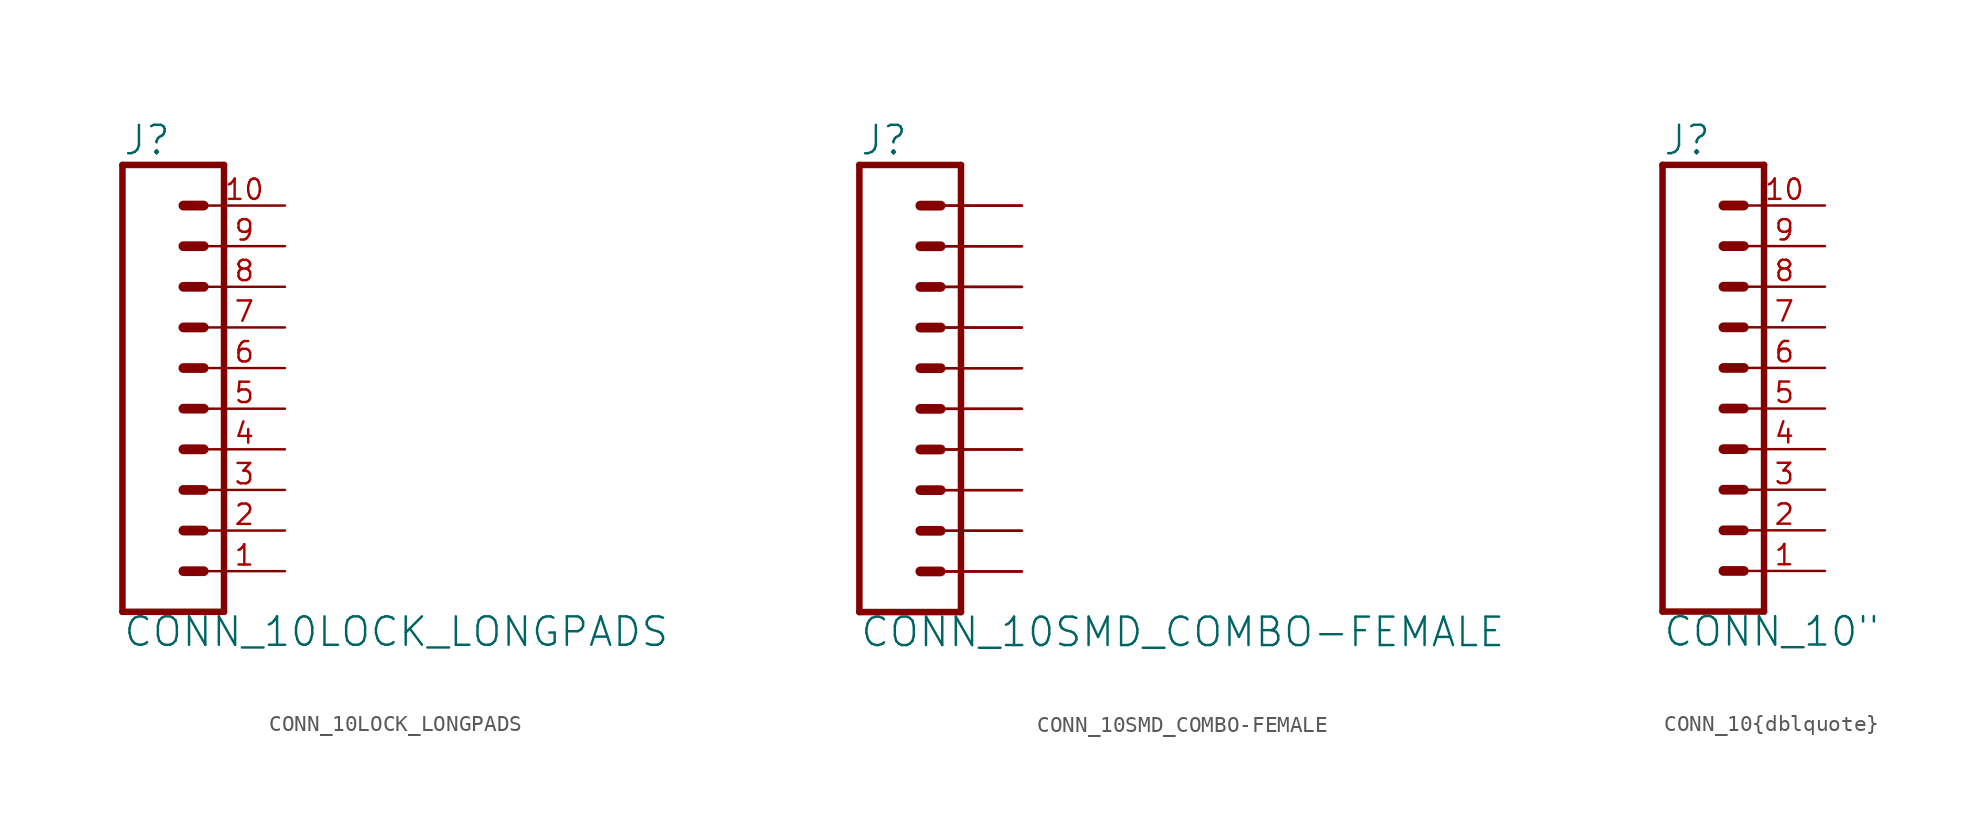
<source format=kicad_sym>
(kicad_symbol_lib
  (version 20211014)
  (generator kicad_symbol_editor)
  (symbol "CONN_10LOCK_LONGPADS"
    (property "Reference" "J"
      (at 0 8.128 0)
      (effects (font (size 1.778 1.778)) (justify left bottom)))
    (property "Value" "CONN_10LOCK_LONGPADS"
      (at 0 -22.606 0)
      (effects (font (size 1.778 1.778)) (justify left bottom)))
    (property "ki_locked" ""
      (at 0 0 0)
      (effects (font (size 1.27 1.27))))
    (symbol "CONN_10LOCK_LONGPADS_1_0"
      (polyline (pts (xy 0 7.62) (xy 0 -20.32)) (stroke (width 0.406) (type default) (color 0 0 0 0)) (fill (type none)))
      (polyline (pts (xy 0 7.62) (xy 6.35 7.62)) (stroke (width 0.406) (type default) (color 0 0 0 0)) (fill (type none)))
      (polyline (pts (xy 3.81 -17.78) (xy 5.08 -17.78)) (stroke (width 0.61) (type default) (color 0 0 0 0)) (fill (type none)))
      (polyline (pts (xy 3.81 -15.24) (xy 5.08 -15.24)) (stroke (width 0.61) (type default) (color 0 0 0 0)) (fill (type none)))
      (polyline (pts (xy 3.81 -12.7) (xy 5.08 -12.7)) (stroke (width 0.61) (type default) (color 0 0 0 0)) (fill (type none)))
      (polyline (pts (xy 3.81 -10.16) (xy 5.08 -10.16)) (stroke (width 0.61) (type default) (color 0 0 0 0)) (fill (type none)))
      (polyline (pts (xy 3.81 -7.62) (xy 5.08 -7.62)) (stroke (width 0.61) (type default) (color 0 0 0 0)) (fill (type none)))
      (polyline (pts (xy 3.81 -5.08) (xy 5.08 -5.08)) (stroke (width 0.61) (type default) (color 0 0 0 0)) (fill (type none)))
      (polyline (pts (xy 3.81 -2.54) (xy 5.08 -2.54)) (stroke (width 0.61) (type default) (color 0 0 0 0)) (fill (type none)))
      (polyline (pts (xy 3.81 0) (xy 5.08 0)) (stroke (width 0.61) (type default) (color 0 0 0 0)) (fill (type none)))
      (polyline (pts (xy 3.81 2.54) (xy 5.08 2.54)) (stroke (width 0.61) (type default) (color 0 0 0 0)) (fill (type none)))
      (polyline (pts (xy 3.81 5.08) (xy 5.08 5.08)) (stroke (width 0.61) (type default) (color 0 0 0 0)) (fill (type none)))
      (polyline (pts (xy 6.35 -20.32) (xy 0 -20.32)) (stroke (width 0.406) (type default) (color 0 0 0 0)) (fill (type none)))
      (polyline (pts (xy 6.35 -20.32) (xy 6.35 7.62)) (stroke (width 0.406) (type default) (color 0 0 0 0)) (fill (type none)))
      (pin passive line (at 10.16 -17.78 180) (length 5.08) (name "1" (effects (font (size 0 0)))) (number "1" (effects (font (size 1.27 1.27)))))
      (pin passive line (at 10.16 5.08 180) (length 5.08) (name "10" (effects (font (size 0 0)))) (number "10" (effects (font (size 1.27 1.27)))))
      (pin passive line (at 10.16 -15.24 180) (length 5.08) (name "2" (effects (font (size 0 0)))) (number "2" (effects (font (size 1.27 1.27)))))
      (pin passive line (at 10.16 -12.7 180) (length 5.08) (name "3" (effects (font (size 0 0)))) (number "3" (effects (font (size 1.27 1.27)))))
      (pin passive line (at 10.16 -10.16 180) (length 5.08) (name "4" (effects (font (size 0 0)))) (number "4" (effects (font (size 1.27 1.27)))))
      (pin passive line (at 10.16 -7.62 180) (length 5.08) (name "5" (effects (font (size 0 0)))) (number "5" (effects (font (size 1.27 1.27)))))
      (pin passive line (at 10.16 -5.08 180) (length 5.08) (name "6" (effects (font (size 0 0)))) (number "6" (effects (font (size 1.27 1.27)))))
      (pin passive line (at 10.16 -2.54 180) (length 5.08) (name "7" (effects (font (size 0 0)))) (number "7" (effects (font (size 1.27 1.27)))))
      (pin passive line (at 10.16 0 180) (length 5.08) (name "8" (effects (font (size 0 0)))) (number "8" (effects (font (size 1.27 1.27)))))
      (pin passive line (at 10.16 2.54 180) (length 5.08) (name "9" (effects (font (size 0 0)))) (number "9" (effects (font (size 1.27 1.27)))))))
  (symbol "CONN_10SMD_COMBO-FEMALE"
    (property "Reference" "J"
      (at 0 8.128 0)
      (effects (font (size 1.778 1.778)) (justify left bottom)))
    (property "Value" "CONN_10SMD_COMBO-FEMALE"
      (at 0 -22.606 0)
      (effects (font (size 1.778 1.778)) (justify left bottom)))
    (property "ki_locked" ""
      (at 0 0 0)
      (effects (font (size 1.27 1.27))))
    (symbol "CONN_10SMD_COMBO-FEMALE_1_0"
      (polyline (pts (xy 0 7.62) (xy 0 -20.32)) (stroke (width 0.406) (type default) (color 0 0 0 0)) (fill (type none)))
      (polyline (pts (xy 0 7.62) (xy 6.35 7.62)) (stroke (width 0.406) (type default) (color 0 0 0 0)) (fill (type none)))
      (polyline (pts (xy 3.81 -17.78) (xy 5.08 -17.78)) (stroke (width 0.61) (type default) (color 0 0 0 0)) (fill (type none)))
      (polyline (pts (xy 3.81 -15.24) (xy 5.08 -15.24)) (stroke (width 0.61) (type default) (color 0 0 0 0)) (fill (type none)))
      (polyline (pts (xy 3.81 -12.7) (xy 5.08 -12.7)) (stroke (width 0.61) (type default) (color 0 0 0 0)) (fill (type none)))
      (polyline (pts (xy 3.81 -10.16) (xy 5.08 -10.16)) (stroke (width 0.61) (type default) (color 0 0 0 0)) (fill (type none)))
      (polyline (pts (xy 3.81 -7.62) (xy 5.08 -7.62)) (stroke (width 0.61) (type default) (color 0 0 0 0)) (fill (type none)))
      (polyline (pts (xy 3.81 -5.08) (xy 5.08 -5.08)) (stroke (width 0.61) (type default) (color 0 0 0 0)) (fill (type none)))
      (polyline (pts (xy 3.81 -2.54) (xy 5.08 -2.54)) (stroke (width 0.61) (type default) (color 0 0 0 0)) (fill (type none)))
      (polyline (pts (xy 3.81 0) (xy 5.08 0)) (stroke (width 0.61) (type default) (color 0 0 0 0)) (fill (type none)))
      (polyline (pts (xy 3.81 2.54) (xy 5.08 2.54)) (stroke (width 0.61) (type default) (color 0 0 0 0)) (fill (type none)))
      (polyline (pts (xy 3.81 5.08) (xy 5.08 5.08)) (stroke (width 0.61) (type default) (color 0 0 0 0)) (fill (type none)))
      (polyline (pts (xy 6.35 -20.32) (xy 0 -20.32)) (stroke (width 0.406) (type default) (color 0 0 0 0)) (fill (type none)))
      (polyline (pts (xy 6.35 -20.32) (xy 6.35 7.62)) (stroke (width 0.406) (type default) (color 0 0 0 0)) (fill (type none)))
      (pin passive line (at 10.16 5.08 180) (length 5.08) (name "10" (effects (font (size 0 0)))) (number "10A" (effects (font (size 0 0)))))
      (pin passive line (at 10.16 5.08 180) (length 5.08) (name "10" (effects (font (size 0 0)))) (number "10B" (effects (font (size 0 0)))))
      (pin passive line (at 10.16 -17.78 180) (length 5.08) (name "1" (effects (font (size 0 0)))) (number "1A" (effects (font (size 0 0)))))
      (pin passive line (at 10.16 -17.78 180) (length 5.08) (name "1" (effects (font (size 0 0)))) (number "1B" (effects (font (size 0 0)))))
      (pin passive line (at 10.16 -15.24 180) (length 5.08) (name "2" (effects (font (size 0 0)))) (number "2A" (effects (font (size 0 0)))))
      (pin passive line (at 10.16 -15.24 180) (length 5.08) (name "2" (effects (font (size 0 0)))) (number "2B" (effects (font (size 0 0)))))
      (pin passive line (at 10.16 -12.7 180) (length 5.08) (name "3" (effects (font (size 0 0)))) (number "3A" (effects (font (size 0 0)))))
      (pin passive line (at 10.16 -12.7 180) (length 5.08) (name "3" (effects (font (size 0 0)))) (number "3B" (effects (font (size 0 0)))))
      (pin passive line (at 10.16 -10.16 180) (length 5.08) (name "4" (effects (font (size 0 0)))) (number "4A" (effects (font (size 0 0)))))
      (pin passive line (at 10.16 -10.16 180) (length 5.08) (name "4" (effects (font (size 0 0)))) (number "4B" (effects (font (size 0 0)))))
      (pin passive line (at 10.16 -7.62 180) (length 5.08) (name "5" (effects (font (size 0 0)))) (number "5A" (effects (font (size 0 0)))))
      (pin passive line (at 10.16 -7.62 180) (length 5.08) (name "5" (effects (font (size 0 0)))) (number "5B" (effects (font (size 0 0)))))
      (pin passive line (at 10.16 -5.08 180) (length 5.08) (name "6" (effects (font (size 0 0)))) (number "6A" (effects (font (size 0 0)))))
      (pin passive line (at 10.16 -5.08 180) (length 5.08) (name "6" (effects (font (size 0 0)))) (number "6B" (effects (font (size 0 0)))))
      (pin passive line (at 10.16 -2.54 180) (length 5.08) (name "7" (effects (font (size 0 0)))) (number "7A" (effects (font (size 0 0)))))
      (pin passive line (at 10.16 -2.54 180) (length 5.08) (name "7" (effects (font (size 0 0)))) (number "7B" (effects (font (size 0 0)))))
      (pin passive line (at 10.16 0 180) (length 5.08) (name "8" (effects (font (size 0 0)))) (number "8A" (effects (font (size 0 0)))))
      (pin passive line (at 10.16 0 180) (length 5.08) (name "8" (effects (font (size 0 0)))) (number "8B" (effects (font (size 0 0)))))
      (pin passive line (at 10.16 2.54 180) (length 5.08) (name "9" (effects (font (size 0 0)))) (number "9A" (effects (font (size 0 0)))))
      (pin passive line (at 10.16 2.54 180) (length 5.08) (name "9" (effects (font (size 0 0)))) (number "9B" (effects (font (size 0 0)))))))
  (symbol "CONN_10{dblquote}"
    (property "Reference" "J"
      (at 0 8.128 0)
      (effects (font (size 1.778 1.778)) (justify left bottom)))
    (property "Value" "CONN_10{dblquote}"
      (at 0 -22.606 0)
      (effects (font (size 1.778 1.778)) (justify left bottom)))
    (property "ki_locked" ""
      (at 0 0 0)
      (effects (font (size 1.27 1.27))))
    (symbol "CONN_10{dblquote}_1_0"
      (polyline (pts (xy 0 7.62) (xy 0 -20.32)) (stroke (width 0.406) (type default) (color 0 0 0 0)) (fill (type none)))
      (polyline (pts (xy 0 7.62) (xy 6.35 7.62)) (stroke (width 0.406) (type default) (color 0 0 0 0)) (fill (type none)))
      (polyline (pts (xy 3.81 -17.78) (xy 5.08 -17.78)) (stroke (width 0.61) (type default) (color 0 0 0 0)) (fill (type none)))
      (polyline (pts (xy 3.81 -15.24) (xy 5.08 -15.24)) (stroke (width 0.61) (type default) (color 0 0 0 0)) (fill (type none)))
      (polyline (pts (xy 3.81 -12.7) (xy 5.08 -12.7)) (stroke (width 0.61) (type default) (color 0 0 0 0)) (fill (type none)))
      (polyline (pts (xy 3.81 -10.16) (xy 5.08 -10.16)) (stroke (width 0.61) (type default) (color 0 0 0 0)) (fill (type none)))
      (polyline (pts (xy 3.81 -7.62) (xy 5.08 -7.62)) (stroke (width 0.61) (type default) (color 0 0 0 0)) (fill (type none)))
      (polyline (pts (xy 3.81 -5.08) (xy 5.08 -5.08)) (stroke (width 0.61) (type default) (color 0 0 0 0)) (fill (type none)))
      (polyline (pts (xy 3.81 -2.54) (xy 5.08 -2.54)) (stroke (width 0.61) (type default) (color 0 0 0 0)) (fill (type none)))
      (polyline (pts (xy 3.81 0) (xy 5.08 0)) (stroke (width 0.61) (type default) (color 0 0 0 0)) (fill (type none)))
      (polyline (pts (xy 3.81 2.54) (xy 5.08 2.54)) (stroke (width 0.61) (type default) (color 0 0 0 0)) (fill (type none)))
      (polyline (pts (xy 3.81 5.08) (xy 5.08 5.08)) (stroke (width 0.61) (type default) (color 0 0 0 0)) (fill (type none)))
      (polyline (pts (xy 6.35 -20.32) (xy 0 -20.32)) (stroke (width 0.406) (type default) (color 0 0 0 0)) (fill (type none)))
      (polyline (pts (xy 6.35 -20.32) (xy 6.35 7.62)) (stroke (width 0.406) (type default) (color 0 0 0 0)) (fill (type none)))
      (pin passive line (at 10.16 -17.78 180) (length 5.08) (name "1" (effects (font (size 0 0)))) (number "1" (effects (font (size 1.27 1.27)))))
      (pin passive line (at 10.16 5.08 180) (length 5.08) (name "10" (effects (font (size 0 0)))) (number "10" (effects (font (size 1.27 1.27)))))
      (pin passive line (at 10.16 -15.24 180) (length 5.08) (name "2" (effects (font (size 0 0)))) (number "2" (effects (font (size 1.27 1.27)))))
      (pin passive line (at 10.16 -12.7 180) (length 5.08) (name "3" (effects (font (size 0 0)))) (number "3" (effects (font (size 1.27 1.27)))))
      (pin passive line (at 10.16 -10.16 180) (length 5.08) (name "4" (effects (font (size 0 0)))) (number "4" (effects (font (size 1.27 1.27)))))
      (pin passive line (at 10.16 -7.62 180) (length 5.08) (name "5" (effects (font (size 0 0)))) (number "5" (effects (font (size 1.27 1.27)))))
      (pin passive line (at 10.16 -5.08 180) (length 5.08) (name "6" (effects (font (size 0 0)))) (number "6" (effects (font (size 1.27 1.27)))))
      (pin passive line (at 10.16 -2.54 180) (length 5.08) (name "7" (effects (font (size 0 0)))) (number "7" (effects (font (size 1.27 1.27)))))
      (pin passive line (at 10.16 0 180) (length 5.08) (name "8" (effects (font (size 0 0)))) (number "8" (effects (font (size 1.27 1.27)))))
      (pin passive line (at 10.16 2.54 180) (length 5.08) (name "9" (effects (font (size 0 0)))) (number "9" (effects (font (size 1.27 1.27))))))))
</source>
